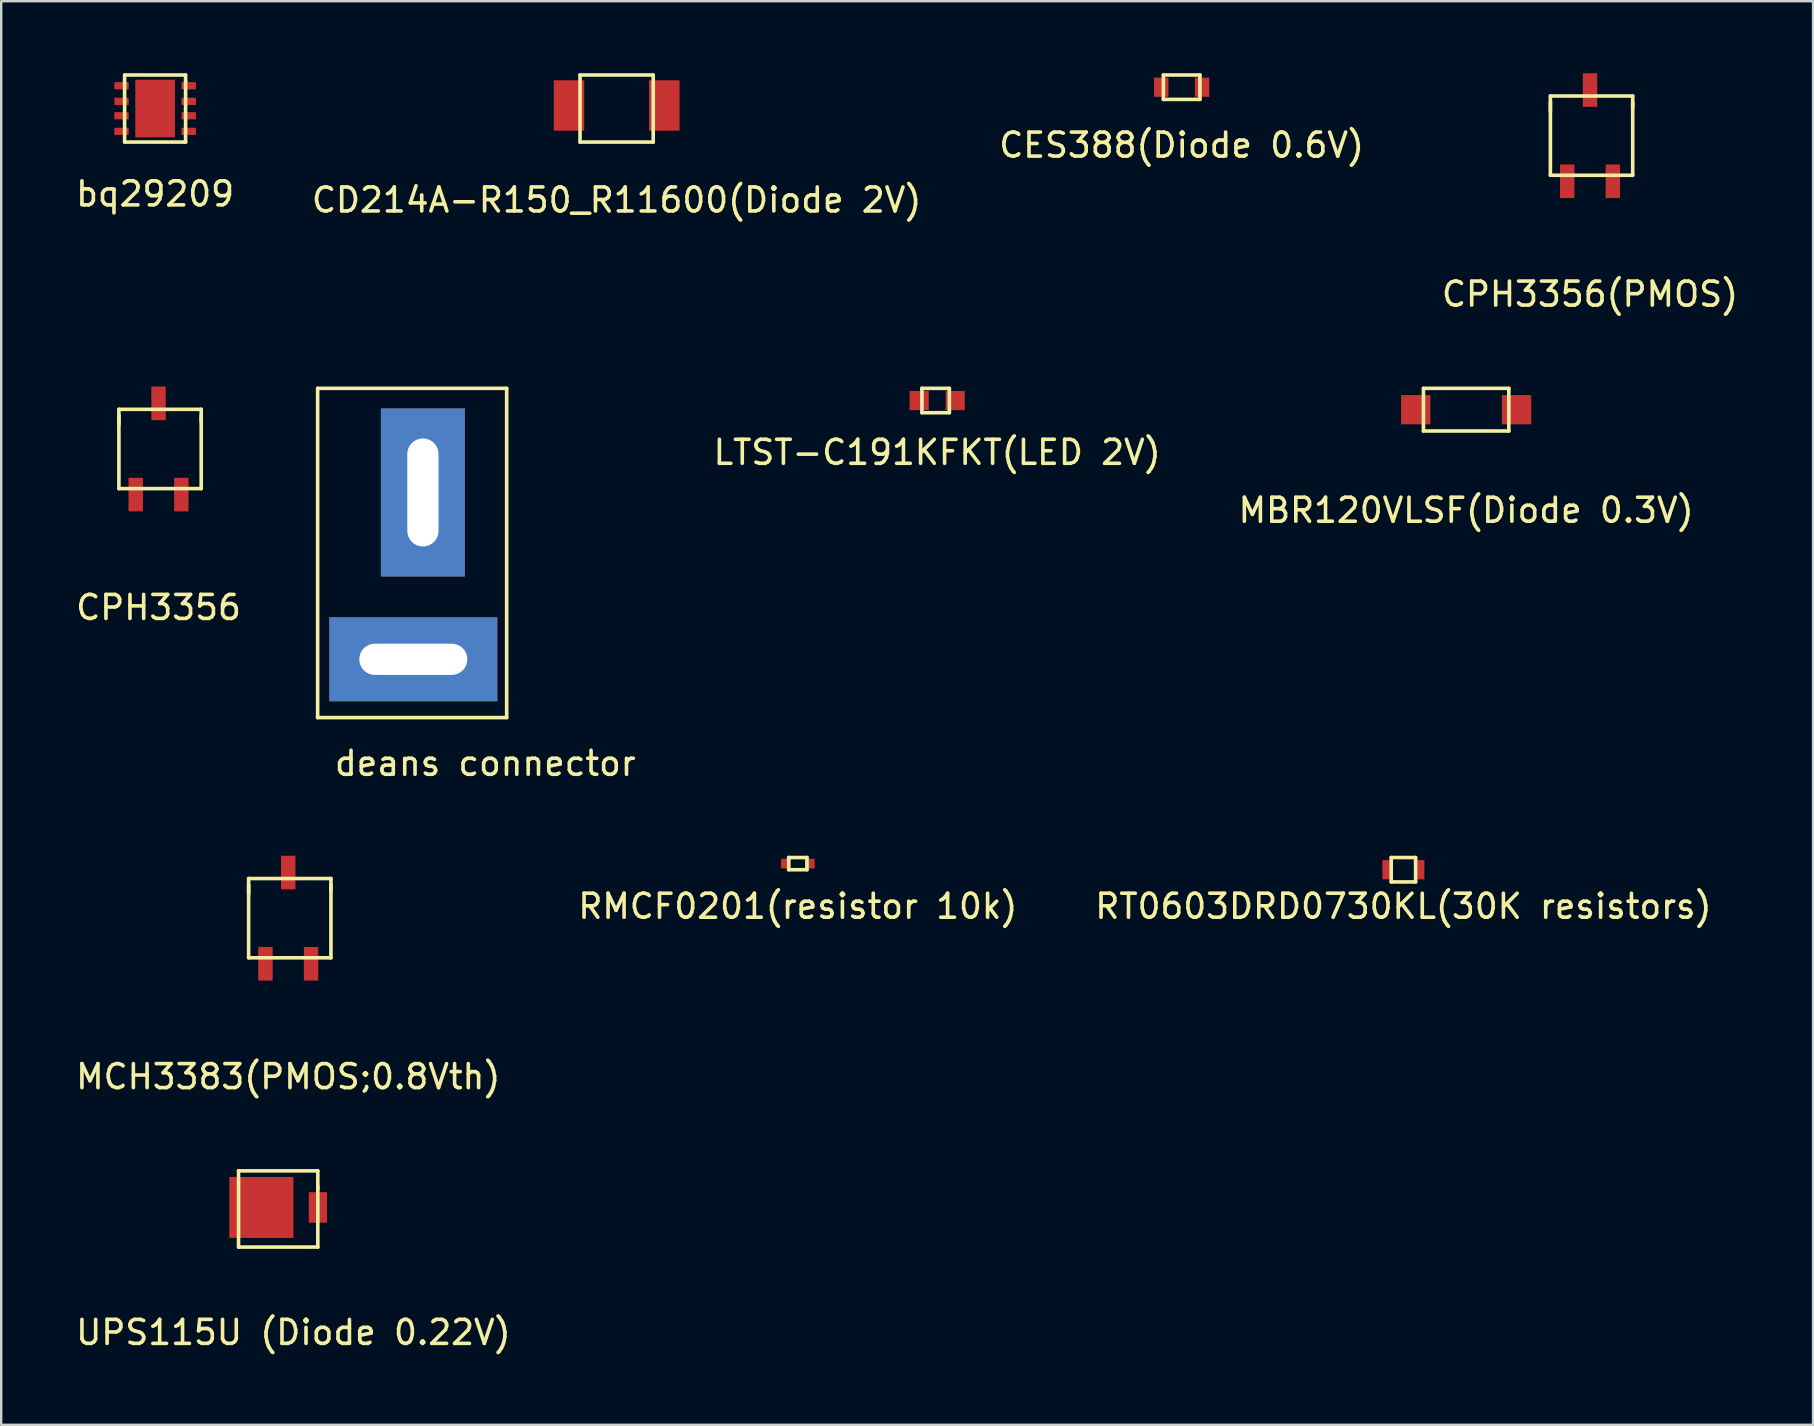
<source format=kicad_pcb>
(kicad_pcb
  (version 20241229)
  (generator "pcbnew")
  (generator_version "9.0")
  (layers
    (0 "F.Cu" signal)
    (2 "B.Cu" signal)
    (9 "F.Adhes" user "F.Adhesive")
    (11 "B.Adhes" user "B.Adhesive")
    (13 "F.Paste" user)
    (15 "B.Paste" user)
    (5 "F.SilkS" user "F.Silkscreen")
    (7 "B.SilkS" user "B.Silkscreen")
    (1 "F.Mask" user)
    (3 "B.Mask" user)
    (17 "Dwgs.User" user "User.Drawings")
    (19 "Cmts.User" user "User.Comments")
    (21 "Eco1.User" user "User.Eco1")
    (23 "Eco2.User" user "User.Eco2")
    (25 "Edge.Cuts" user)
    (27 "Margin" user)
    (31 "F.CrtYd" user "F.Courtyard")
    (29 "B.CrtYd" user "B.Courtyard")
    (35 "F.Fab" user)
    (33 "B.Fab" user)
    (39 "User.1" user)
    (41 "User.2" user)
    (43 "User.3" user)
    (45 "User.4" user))
  (footprint "CD214A-R150_R11600(Diode 2V)"
    (layer "F.Cu")
    (at 22.637 1.345)
    (property "Reference" "CD214A-R150_R11600(Diode 2V)" (at 0 3.937 0) (layer "F.SilkS") (effects (font (size 1 1) (thickness 0.15))))
    (attr through_hole)
    (fp_line (start -1.524 -1.27) (end -1.524 1.524) (stroke (width 0.15) (type solid)) (layer "F.SilkS"))
    (fp_line (start -1.524 1.524) (end 1.524 1.524) (stroke (width 0.15) (type solid)) (layer "F.SilkS"))
    (fp_line (start 1.524 -1.27) (end -1.524 -1.27) (stroke (width 0.15) (type solid)) (layer "F.SilkS"))
    (fp_line (start 1.524 1.524) (end 1.524 -1.27) (stroke (width 0.15) (type solid)) (layer "F.SilkS"))
    (pad "1" smd rect (at -1.985 0) (size 1.27 2.1) (layers "F.Cu" "F.Mask" "B.Adhes" "F.Paste"))
    (pad "2" smd rect (at 1.985 0) (size 1.27 2.1) (layers "F.Cu" "F.Mask" "B.Adhes" "F.Paste")))
  (footprint "CPH3356"
    (layer "F.Cu")
    (at 3.554 15.652)
    (property "Reference" "CPH3356" (at 0 6.604 0) (layer "F.SilkS") (effects (font (size 1 1) (thickness 0.15))))
    (attr through_hole)
    (fp_line (start -1.651 -1.651) (end -1.651 -1.016) (stroke (width 0.15) (type solid)) (layer "F.SilkS"))
    (fp_line (start -1.651 -1.651) (end 1.778 -1.651) (stroke (width 0.15) (type solid)) (layer "F.SilkS"))
    (fp_line (start -1.651 1.651) (end -1.651 -1.397) (stroke (width 0.15) (type solid)) (layer "F.SilkS"))
    (fp_line (start 1.778 -1.651) (end 1.778 -1.143) (stroke (width 0.15) (type solid)) (layer "F.SilkS"))
    (fp_line (start 1.778 -1.397) (end 1.778 1.651) (stroke (width 0.15) (type solid)) (layer "F.SilkS"))
    (fp_line (start 1.778 1.651) (end -1.651 1.651) (stroke (width 0.15) (type solid)) (layer "F.SilkS"))
    (pad "1" smd rect (at 0.95 1.9) (size 0.6 1.4) (layers "F.Cu" "F.Mask" "F.Paste"))
    (pad "2" smd rect (at -0.95 1.9) (size 0.6 1.4) (layers "F.Cu" "F.Mask" "F.Paste"))
    (pad "3" smd rect (at 0 -1.9) (size 0.6 1.4) (layers "F.Cu" "F.Mask" "F.Paste")))
  (footprint "MCH3383(PMOS;0.8Vth)"
    (layer "F.Cu")
    (at 8.958 35.197)
    (property "Reference" "MCH3383(PMOS;0.8Vth)" (at 0 6.604 0) (layer "F.SilkS") (effects (font (size 1 1) (thickness 0.15))))
    (attr through_hole)
    (fp_line (start -1.651 -1.651) (end -1.651 -1.016) (stroke (width 0.15) (type solid)) (layer "F.SilkS"))
    (fp_line (start -1.651 -1.651) (end 1.778 -1.651) (stroke (width 0.15) (type solid)) (layer "F.SilkS"))
    (fp_line (start -1.651 1.651) (end -1.651 -1.397) (stroke (width 0.15) (type solid)) (layer "F.SilkS"))
    (fp_line (start 1.778 -1.651) (end 1.778 -1.143) (stroke (width 0.15) (type solid)) (layer "F.SilkS"))
    (fp_line (start 1.778 -1.397) (end 1.778 1.651) (stroke (width 0.15) (type solid)) (layer "F.SilkS"))
    (fp_line (start 1.778 1.651) (end -1.651 1.651) (stroke (width 0.15) (type solid)) (layer "F.SilkS"))
    (pad "1" smd rect (at -0.95 1.9) (size 0.6 1.4) (layers "F.Cu" "F.Mask" "F.Paste"))
    (pad "2" smd rect (at 0.95 1.9) (size 0.6 1.4) (layers "F.Cu" "F.Mask" "F.Paste"))
    (pad "3" smd rect (at 0 -1.9) (size 0.6 1.4) (layers "F.Cu" "F.Mask" "F.Paste")))
  (footprint "RMCF0201(resistor 10k)"
    (layer "F.Cu")
    (at 30.185 32.925)
    (property "Reference" "RMCF0201(resistor 10k)" (at 0 1.778 0) (layer "F.SilkS") (effects (font (size 1 1) (thickness 0.15))))
    (attr through_hole)
    (fp_line (start -0.381 -0.254) (end -0.381 0.254) (stroke (width 0.15) (type solid)) (layer "F.SilkS"))
    (fp_line (start -0.381 0.254) (end 0.381 0.254) (stroke (width 0.15) (type solid)) (layer "F.SilkS"))
    (fp_line (start 0.381 -0.254) (end -0.381 -0.254) (stroke (width 0.15) (type solid)) (layer "F.SilkS"))
    (fp_line (start 0.381 0.254) (end 0.381 -0.254) (stroke (width 0.15) (type solid)) (layer "F.SilkS"))
    (pad "1" smd rect (at 0.5 0) (size 0.4 0.4) (layers "F.Cu" "F.Mask" "B.Adhes" "F.Paste"))
    (pad "2" smd rect (at -0.5 0) (size 0.4 0.4) (layers "F.Cu" "F.Mask" "B.Adhes" "F.Paste")))
  (footprint "MBR120VLSF(Diode 0.3V)"
    (layer "F.Cu")
    (at 58.024 14.016)
    (property "Reference" "MBR120VLSF(Diode 0.3V)" (at 0 4.191 0) (layer "F.SilkS") (effects (font (size 1 1) (thickness 0.15))))
    (attr through_hole)
    (fp_line (start -1.778 -0.889) (end -1.778 0.889) (stroke (width 0.15) (type solid)) (layer "F.SilkS"))
    (fp_line (start -1.778 0.889) (end 1.778 0.889) (stroke (width 0.15) (type solid)) (layer "F.SilkS"))
    (fp_line (start 1.778 -0.889) (end -1.778 -0.889) (stroke (width 0.15) (type solid)) (layer "F.SilkS"))
    (fp_line (start 1.778 0.889) (end 1.778 -0.889) (stroke (width 0.15) (type solid)) (layer "F.SilkS"))
    (pad "1" smd rect (at 2.1 0) (size 1.22 1.22) (layers "F.Cu" "F.Mask" "B.Adhes" "F.Paste"))
    (pad "2" smd rect (at -2.1 0) (size 1.22 1.22) (layers "F.Cu" "F.Mask" "B.Adhes" "F.Paste")))
  (footprint "RT0603DRD0730KL(30K resistors)"
    (layer "F.Cu")
    (at 55.411 33.179)
    (property "Reference" "RT0603DRD0730KL(30K resistors)" (at 0 1.524 0) (layer "F.SilkS") (effects (font (size 1 1) (thickness 0.15))))
    (attr through_hole)
    (fp_line (start -0.508 -0.508) (end -0.508 0.508) (stroke (width 0.15) (type solid)) (layer "F.SilkS"))
    (fp_line (start -0.508 0.508) (end 0.508 0.508) (stroke (width 0.15) (type solid)) (layer "F.SilkS"))
    (fp_line (start 0.508 -0.508) (end -0.508 -0.508) (stroke (width 0.15) (type solid)) (layer "F.SilkS"))
    (fp_line (start 0.508 0.508) (end 0.508 -0.508) (stroke (width 0.15) (type solid)) (layer "F.SilkS"))
    (pad "1" smd rect (at 0.675 0) (size 0.4 0.8) (layers "F.Cu" "F.Mask" "B.Adhes" "F.Paste"))
    (pad "2" smd rect (at -0.675 0) (size 0.4 0.8) (layers "F.Cu" "F.Mask" "B.Adhes" "F.Paste")))
  (footprint "bq29209"
    (layer "F.Cu")
    (at 3.411 1.472)
    (property "Reference" "bq29209" (at 0 3.556 0) (layer "F.SilkS") (effects (font (size 1 1) (thickness 0.15))))
    (attr through_hole)
    (fp_line (start -1.27 -1.397) (end 1.27 -1.397) (stroke (width 0.15) (type solid)) (layer "F.SilkS"))
    (fp_line (start -1.27 1.397) (end -1.27 -1.397) (stroke (width 0.15) (type solid)) (layer "F.SilkS"))
    (fp_line (start 1.27 -1.397) (end 1.27 -1.143) (stroke (width 0.15) (type solid)) (layer "F.SilkS"))
    (fp_line (start 1.27 -1.143) (end 1.27 1.397) (stroke (width 0.15) (type solid)) (layer "F.SilkS"))
    (fp_line (start 1.27 1.397) (end -1.27 1.397) (stroke (width 0.15) (type solid)) (layer "F.SilkS"))
    (pad "1" smd rect (at -1.4 -0.95) (size 0.6 0.3) (layers "F.Cu" "F.Mask" "F.Paste"))
    (pad "2" smd rect (at -1.4 -0.3) (size 0.6 0.3) (layers "F.Cu" "F.Mask" "F.Paste"))
    (pad "3" smd rect (at -1.4 0.3) (size 0.6 0.3) (layers "F.Cu" "F.Mask" "F.Paste"))
    (pad "4" smd rect (at -1.4 0.95) (size 0.6 0.3) (layers "F.Cu" "F.Mask" "F.Paste"))
    (pad "5" smd rect (at 1.4 -0.95) (size 0.6 0.3) (layers "F.Cu" "F.Mask" "F.Paste"))
    (pad "6" smd rect (at 1.4 -0.3) (size 0.6 0.3) (layers "F.Cu" "F.Mask" "F.Paste"))
    (pad "7" smd rect (at 1.4 0.3) (size 0.6 0.3) (layers "F.Cu" "F.Mask" "F.Paste"))
    (pad "8" smd rect (at 1.4 0.95) (size 0.6 0.3) (layers "F.Cu" "F.Mask" "F.Paste"))
    (pad "9" smd rect (at 0 0) (size 1.65 2.4) (layers "F.Cu" "F.Mask" "F.Paste")))
  (footprint "CPH3356(PMOS)"
    (layer "F.Cu")
    (at 63.185 2.6)
    (property "Reference" "CPH3356(PMOS)" (at 0 6.604 0) (layer "F.SilkS") (effects (font (size 1 1) (thickness 0.15))))
    (attr through_hole)
    (fp_line (start -1.651 -1.651) (end -1.651 -1.016) (stroke (width 0.15) (type solid)) (layer "F.SilkS"))
    (fp_line (start -1.651 -1.651) (end 1.778 -1.651) (stroke (width 0.15) (type solid)) (layer "F.SilkS"))
    (fp_line (start -1.651 1.651) (end -1.651 -1.397) (stroke (width 0.15) (type solid)) (layer "F.SilkS"))
    (fp_line (start 1.778 -1.651) (end 1.778 -1.143) (stroke (width 0.15) (type solid)) (layer "F.SilkS"))
    (fp_line (start 1.778 -1.397) (end 1.778 1.651) (stroke (width 0.15) (type solid)) (layer "F.SilkS"))
    (fp_line (start 1.778 1.651) (end -1.651 1.651) (stroke (width 0.15) (type solid)) (layer "F.SilkS"))
    (pad "1" smd rect (at -0.95 1.9) (size 0.6 1.4) (layers "F.Cu" "F.Mask" "F.Paste"))
    (pad "2" smd rect (at 0.95 1.9) (size 0.6 1.4) (layers "F.Cu" "F.Mask" "F.Paste"))
    (pad "3" smd rect (at 0 -1.9) (size 0.6 1.4) (layers "F.Cu" "F.Mask" "F.Paste")))
  (footprint "deans connector"
    (layer "F.Cu")
    (at 17.167 23.414)
    (property "Reference" "deans connector" (at 0 5.334 180) (layer "F.SilkS") (effects (font (size 1 1) (thickness 0.15))))
    (attr through_hole)
    (fp_line (start -6.985 -10.287) (end -6.985 3.429) (stroke (width 0.15) (type solid)) (layer "F.SilkS"))
    (fp_line (start -6.985 -10.287) (end 0.889 -10.287) (stroke (width 0.15) (type solid)) (layer "F.SilkS"))
    (fp_line (start -6.985 3.429) (end 0.889 3.429) (stroke (width 0.15) (type solid)) (layer "F.SilkS"))
    (fp_line (start 0.889 -10.287) (end 0.889 3.429) (stroke (width 0.15) (type solid)) (layer "F.SilkS"))
    (pad "1" thru_hole rect (at -3 1) (size 7 3.5) (drill oval 4.5 1.3) (layers "*.Cu" "*.Mask"))
    (pad "2" thru_hole rect (at -2.6 -5.95) (size 3.5 7) (drill oval 1.3 4.5) (layers "*.Cu" "*.Mask")))
  (footprint "LTST-C191KFKT(LED 2V)"
    (layer "F.Cu")
    (at 35.989 13.635)
    (property "Reference" "LTST-C191KFKT(LED 2V)" (at 0 2.159 0) (layer "F.SilkS") (effects (font (size 1 1) (thickness 0.15))))
    (attr through_hole)
    (fp_line (start -0.635 -0.508) (end 0.508 -0.508) (stroke (width 0.15) (type solid)) (layer "F.SilkS"))
    (fp_line (start -0.635 0.508) (end -0.635 -0.508) (stroke (width 0.15) (type solid)) (layer "F.SilkS"))
    (fp_line (start 0.508 -0.508) (end 0.508 0.508) (stroke (width 0.15) (type solid)) (layer "F.SilkS"))
    (fp_line (start 0.508 0.508) (end -0.635 0.508) (stroke (width 0.15) (type solid)) (layer "F.SilkS"))
    (pad "1" smd rect (at -0.75 0) (size 0.8 0.8) (layers "F.Cu" "F.Mask" "B.Adhes" "F.Paste"))
    (pad "2" smd rect (at 0.75 0) (size 0.8 0.8) (layers "F.Cu" "F.Mask" "F.Paste")))
  (footprint "UPS115U (Diode 0.22V)"
    (layer "F.Cu")
    (at 9.173 47.248)
    (property "Reference" "UPS115U (Diode 0.22V)" (at 0 5.207 0) (layer "F.SilkS") (effects (font (size 1 1) (thickness 0.15))))
    (attr through_hole)
    (fp_line (start -2.286 -1.524) (end 1.016 -1.524) (stroke (width 0.15) (type solid)) (layer "F.SilkS"))
    (fp_line (start -2.286 1.651) (end -2.286 -1.524) (stroke (width 0.15) (type solid)) (layer "F.SilkS"))
    (fp_line (start 1.016 -1.524) (end 1.016 -0.762) (stroke (width 0.15) (type solid)) (layer "F.SilkS"))
    (fp_line (start 1.016 -0.889) (end 1.016 1.651) (stroke (width 0.15) (type solid)) (layer "F.SilkS"))
    (fp_line (start 1.016 1.651) (end -2.286 1.651) (stroke (width 0.15) (type solid)) (layer "F.SilkS"))
    (pad "1" smd rect (at 1.02 0) (size 0.76 1.27) (layers "F.Cu" "F.Mask" "F.Paste"))
    (pad "2" smd rect (at -1.335 0) (size 2.67 2.54) (layers "F.Cu" "F.Mask" "F.Paste")))
  (footprint "CES388(Diode 0.6V)"
    (layer "F.Cu")
    (at 46.173 0.583)
    (property "Reference" "CES388(Diode 0.6V)" (at 0 2.413 0) (layer "F.SilkS") (effects (font (size 1 1) (thickness 0.15))))
    (attr through_hole)
    (fp_line (start -0.762 -0.508) (end -0.762 0.508) (stroke (width 0.15) (type solid)) (layer "F.SilkS"))
    (fp_line (start -0.762 0.508) (end 0.762 0.508) (stroke (width 0.15) (type solid)) (layer "F.SilkS"))
    (fp_line (start 0.762 -0.508) (end -0.762 -0.508) (stroke (width 0.15) (type solid)) (layer "F.SilkS"))
    (fp_line (start 0.762 0.508) (end 0.762 -0.508) (stroke (width 0.15) (type solid)) (layer "F.SilkS"))
    (pad "1" smd rect (at -0.85 0) (size 0.6 0.8) (layers "F.Cu" "F.Mask" "B.Adhes" "F.Paste"))
    (pad "2" smd rect (at 0.85 0) (size 0.6 0.8) (layers "F.Cu" "F.Mask" "B.Adhes" "F.Paste")))
  (gr_rect
    (start -3 -3)
    (end 72.476 56.303)
    (stroke (width 0.1) (type default))
    (fill no)
    (layer "Edge.Cuts")))
</source>
